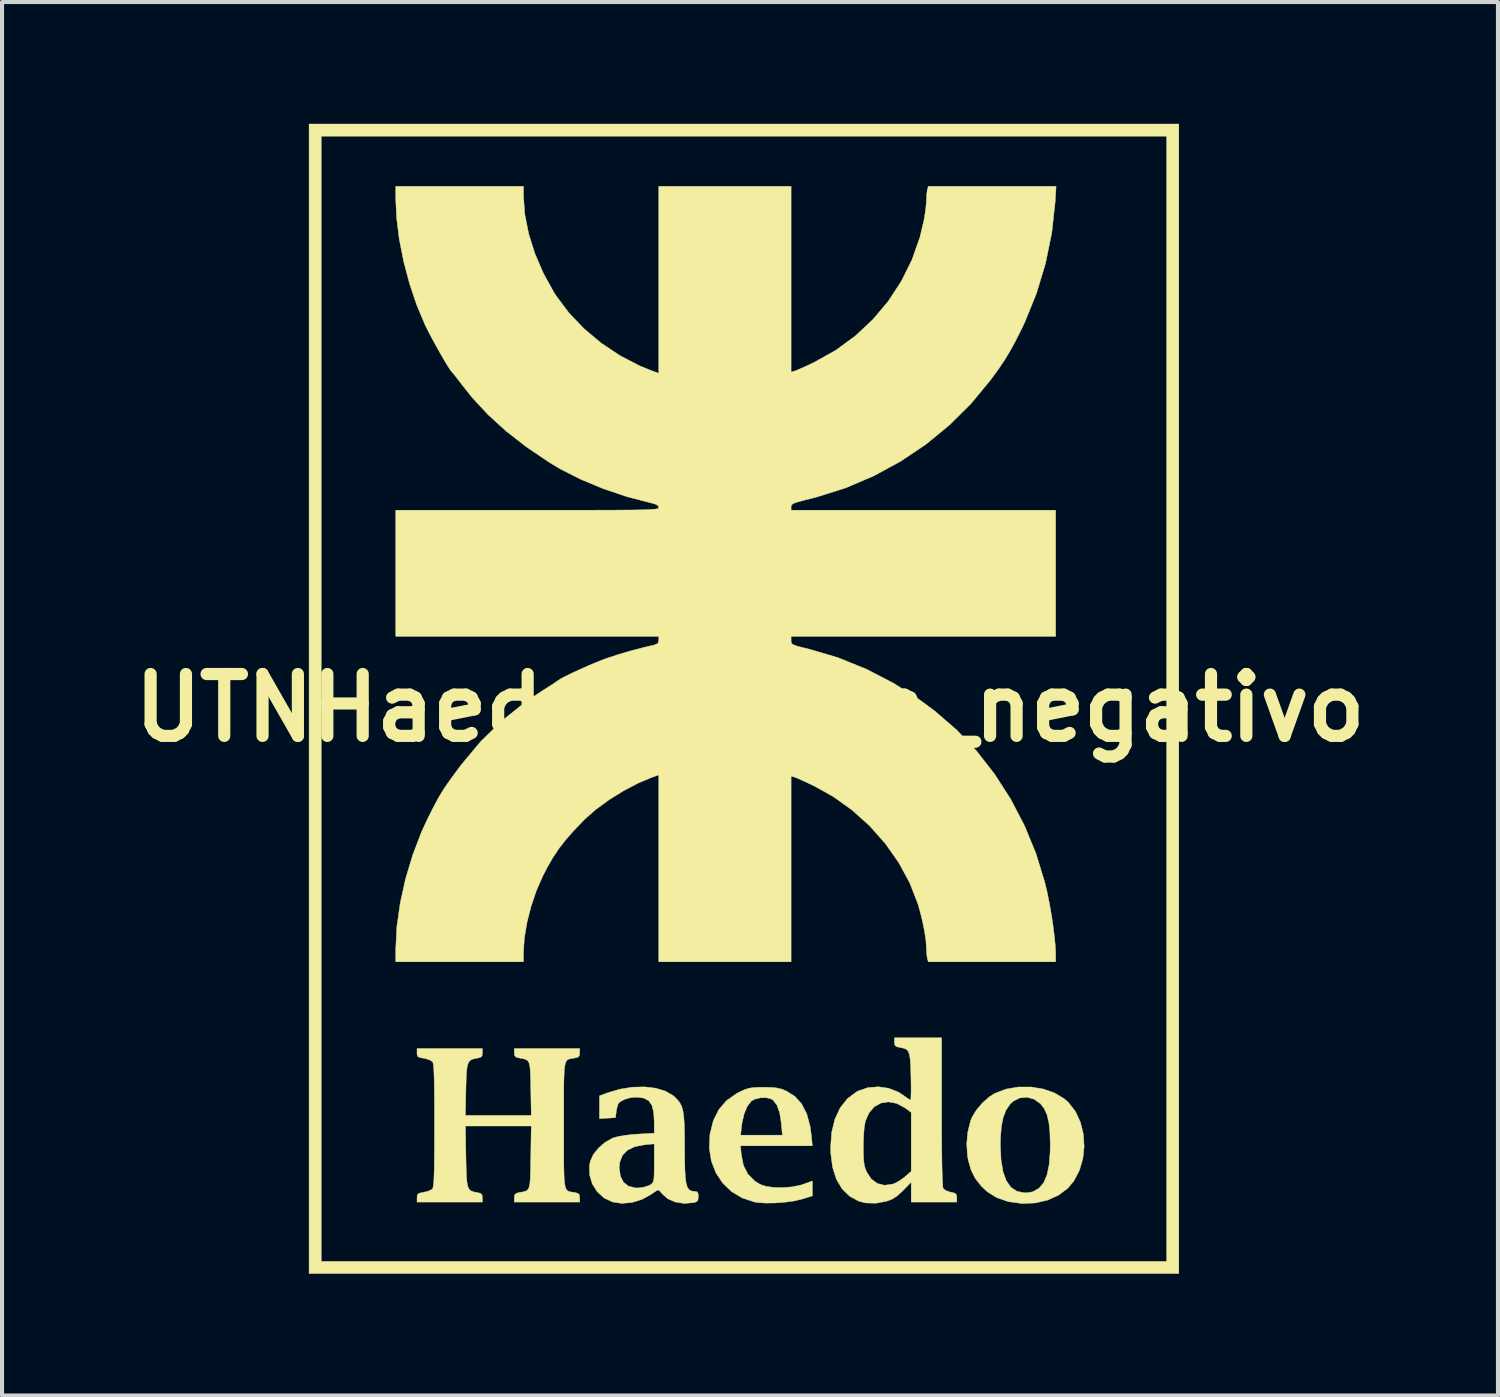
<source format=kicad_pcb>
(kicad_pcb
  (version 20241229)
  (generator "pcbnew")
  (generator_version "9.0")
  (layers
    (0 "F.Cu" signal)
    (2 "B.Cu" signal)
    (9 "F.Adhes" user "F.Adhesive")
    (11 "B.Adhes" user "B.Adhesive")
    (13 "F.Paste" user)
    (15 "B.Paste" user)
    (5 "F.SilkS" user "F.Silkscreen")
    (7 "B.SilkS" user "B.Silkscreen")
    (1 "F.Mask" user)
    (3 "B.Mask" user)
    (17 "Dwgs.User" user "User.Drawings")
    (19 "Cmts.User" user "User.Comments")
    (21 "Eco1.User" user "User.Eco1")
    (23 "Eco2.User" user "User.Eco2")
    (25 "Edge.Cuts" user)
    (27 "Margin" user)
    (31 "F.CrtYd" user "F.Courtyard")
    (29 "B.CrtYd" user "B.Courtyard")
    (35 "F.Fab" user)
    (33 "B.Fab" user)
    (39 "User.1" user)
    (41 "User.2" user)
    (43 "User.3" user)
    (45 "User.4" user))
  (footprint "UTNHaedo_30mm_negativo"
    (layer "F.Cu")
    (at 15.429 14.391)
    (property "Reference" "UTNHaedo_30mm_negativo" (at 0 0 0) (layer "F.SilkS") (effects (font (size 1.524 1.524) (thickness 0.3))))
    (attr through_hole)
    (fp_poly (pts (xy 10.565 13.936) (xy -10.864 13.936) (xy -10.864 -14.086) (xy -10.565 -14.086) (xy -10.565 13.637) (xy 10.265 13.637) (xy 10.265 -14.086) (xy -10.565 -14.086) (xy -10.864 -14.086) (xy -10.864 -14.386) (xy 10.565 -14.386) (xy 10.565 13.936)) (stroke (width 0.01) (type solid)) (fill yes) (layer "F.SilkS"))
    (fp_poly (pts (xy 0.524 9.351) (xy 0.662 9.364) (xy 0.776 9.391) (xy 0.89 9.436) (xy 0.891 9.437) (xy 1.104 9.57) (xy 1.272 9.757) (xy 1.397 10.002) (xy 1.48 10.305) (xy 1.514 10.555) (xy 1.535 10.789) (xy -0.235 10.789) (xy -0.215 11.008) (xy -0.162 11.272) (xy -0.053 11.487) (xy 0.115 11.656) (xy 0.244 11.738) (xy 0.392 11.788) (xy 0.59 11.816) (xy 0.813 11.819) (xy 1.04 11.8) (xy 1.248 11.758) (xy 1.321 11.734) (xy 1.536 11.655) (xy 1.536 12.023) (xy 1.283 12.102) (xy 1.093 12.147) (xy 0.861 12.179) (xy 0.613 12.198) (xy 0.375 12.2) (xy 0.174 12.185) (xy 0.114 12.175) (xy -0.191 12.075) (xy -0.455 11.917) (xy -0.673 11.708) (xy -0.84 11.456) (xy -0.952 11.168) (xy -1.003 10.852) (xy -0.989 10.527) (xy -0.232 10.527) (xy 0.797 10.527) (xy 0.771 10.237) (xy 0.731 9.977) (xy 0.663 9.786) (xy 0.568 9.664) (xy 0.524 9.636) (xy 0.402 9.604) (xy 0.254 9.607) (xy 0.114 9.641) (xy 0.031 9.689) (xy -0.067 9.816) (xy -0.145 10.001) (xy -0.197 10.225) (xy -0.206 10.293) (xy -0.232 10.527) (xy -0.989 10.527) (xy -0.988 10.516) (xy -0.985 10.493) (xy -0.905 10.171) (xy -0.771 9.901) (xy -0.582 9.679) (xy -0.336 9.504) (xy -0.271 9.47) (xy -0.145 9.411) (xy -0.041 9.375) (xy 0.066 9.356) (xy 0.203 9.348) (xy 0.336 9.347) (xy 0.524 9.351)) (stroke (width 0.01) (type solid)) (fill yes) (layer "F.SilkS"))
    (fp_poly (pts (xy 7.221 9.389) (xy 7.5 9.486) (xy 7.74 9.629) (xy 7.842 9.718) (xy 8.018 9.944) (xy 8.141 10.21) (xy 8.213 10.502) (xy 8.232 10.806) (xy 8.2 11.108) (xy 8.116 11.395) (xy 7.98 11.653) (xy 7.828 11.836) (xy 7.6 12.007) (xy 7.327 12.129) (xy 7.022 12.198) (xy 6.7 12.211) (xy 6.374 12.166) (xy 6.35 12.16) (xy 6.075 12.065) (xy 5.846 11.921) (xy 5.699 11.783) (xy 5.55 11.593) (xy 5.447 11.389) (xy 5.378 11.146) (xy 5.357 11.028) (xy 5.341 10.771) (xy 6.168 10.771) (xy 6.184 11.13) (xy 6.232 11.422) (xy 6.313 11.648) (xy 6.427 11.811) (xy 6.575 11.91) (xy 6.758 11.948) (xy 6.769 11.948) (xy 6.887 11.939) (xy 6.981 11.916) (xy 7.124 11.831) (xy 7.236 11.697) (xy 7.317 11.508) (xy 7.369 11.26) (xy 7.394 10.947) (xy 7.397 10.771) (xy 7.389 10.463) (xy 7.364 10.219) (xy 7.318 10.026) (xy 7.249 9.874) (xy 7.155 9.751) (xy 7.153 9.75) (xy 6.999 9.64) (xy 6.826 9.593) (xy 6.65 9.609) (xy 6.488 9.688) (xy 6.41 9.76) (xy 6.309 9.908) (xy 6.237 10.092) (xy 6.192 10.323) (xy 6.17 10.611) (xy 6.168 10.771) (xy 5.341 10.771) (xy 5.339 10.743) (xy 5.366 10.448) (xy 5.434 10.176) (xy 5.468 10.09) (xy 5.575 9.912) (xy 5.726 9.733) (xy 5.899 9.581) (xy 6.031 9.497) (xy 6.309 9.392) (xy 6.611 9.34) (xy 6.92 9.34) (xy 7.221 9.389)) (stroke (width 0.01) (type solid)) (fill yes) (layer "F.SilkS"))
    (fp_poly (pts (xy 4.72 9.949) (xy 4.721 10.384) (xy 4.723 10.77) (xy 4.727 11.104) (xy 4.732 11.38) (xy 4.738 11.595) (xy 4.746 11.745) (xy 4.754 11.826) (xy 4.757 11.837) (xy 4.821 11.892) (xy 4.931 11.929) (xy 4.945 11.932) (xy 5.041 11.954) (xy 5.084 11.99) (xy 5.095 12.057) (xy 5.095 12.066) (xy 5.095 12.176) (xy 3.971 12.176) (xy 3.971 11.685) (xy 3.772 11.889) (xy 3.633 12.018) (xy 3.507 12.101) (xy 3.371 12.153) (xy 3.104 12.204) (xy 2.85 12.197) (xy 2.686 12.156) (xy 2.456 12.033) (xy 2.269 11.851) (xy 2.128 11.613) (xy 2.035 11.322) (xy 1.99 10.98) (xy 1.986 10.827) (xy 1.987 10.808) (xy 2.792 10.808) (xy 2.794 11.013) (xy 2.802 11.162) (xy 2.818 11.273) (xy 2.845 11.365) (xy 2.874 11.435) (xy 2.988 11.608) (xy 3.137 11.718) (xy 3.315 11.761) (xy 3.51 11.735) (xy 3.572 11.712) (xy 3.678 11.654) (xy 3.795 11.571) (xy 3.833 11.539) (xy 3.971 11.418) (xy 3.971 9.966) (xy 3.817 9.854) (xy 3.614 9.745) (xy 3.414 9.707) (xy 3.227 9.735) (xy 3.062 9.827) (xy 2.93 9.98) (xy 2.844 10.177) (xy 2.817 10.316) (xy 2.8 10.513) (xy 2.792 10.751) (xy 2.792 10.808) (xy 1.987 10.808) (xy 2.012 10.456) (xy 2.092 10.131) (xy 2.221 9.854) (xy 2.4 9.628) (xy 2.626 9.459) (xy 2.667 9.437) (xy 2.904 9.356) (xy 3.162 9.335) (xy 3.42 9.373) (xy 3.658 9.467) (xy 3.768 9.539) (xy 3.863 9.608) (xy 3.933 9.654) (xy 3.956 9.665) (xy 3.963 9.63) (xy 3.967 9.533) (xy 3.969 9.386) (xy 3.967 9.203) (xy 3.965 9.09) (xy 3.958 8.848) (xy 3.948 8.67) (xy 3.929 8.545) (xy 3.899 8.463) (xy 3.853 8.413) (xy 3.788 8.385) (xy 3.704 8.368) (xy 3.609 8.346) (xy 3.568 8.31) (xy 3.559 8.239) (xy 3.559 8.237) (xy 3.559 8.129) (xy 4.72 8.129) (xy 4.72 9.949)) (stroke (width 0.01) (type solid)) (fill yes) (layer "F.SilkS"))
    (fp_poly (pts (xy -2.325 9.37) (xy -2.085 9.442) (xy -1.895 9.552) (xy -1.86 9.583) (xy -1.785 9.658) (xy -1.726 9.734) (xy -1.683 9.822) (xy -1.652 9.931) (xy -1.632 10.072) (xy -1.619 10.255) (xy -1.614 10.492) (xy -1.612 10.792) (xy -1.612 10.815) (xy -1.61 11.132) (xy -1.604 11.382) (xy -1.593 11.573) (xy -1.573 11.713) (xy -1.545 11.808) (xy -1.505 11.868) (xy -1.452 11.9) (xy -1.384 11.912) (xy -1.358 11.913) (xy -1.3 11.926) (xy -1.277 11.977) (xy -1.274 12.04) (xy -1.283 12.129) (xy -1.324 12.171) (xy -1.391 12.19) (xy -1.625 12.209) (xy -1.844 12.174) (xy -2.031 12.091) (xy -2.162 11.974) (xy -2.221 11.907) (xy -2.261 11.876) (xy -2.263 11.876) (xy -2.304 11.896) (xy -2.384 11.948) (xy -2.442 11.989) (xy -2.663 12.111) (xy -2.91 12.186) (xy -3.16 12.208) (xy -3.385 12.174) (xy -3.596 12.075) (xy -3.765 11.921) (xy -3.886 11.728) (xy -3.952 11.507) (xy -3.955 11.325) (xy -3.222 11.325) (xy -3.195 11.532) (xy -3.118 11.687) (xy -2.991 11.786) (xy -2.819 11.827) (xy -2.728 11.826) (xy -2.598 11.804) (xy -2.485 11.765) (xy -2.456 11.75) (xy -2.416 11.721) (xy -2.39 11.687) (xy -2.373 11.635) (xy -2.364 11.55) (xy -2.361 11.418) (xy -2.36 11.226) (xy -2.36 10.742) (xy -2.58 10.761) (xy -2.83 10.807) (xy -3.018 10.895) (xy -3.144 11.024) (xy -3.21 11.197) (xy -3.222 11.325) (xy -3.955 11.325) (xy -3.955 11.272) (xy -3.934 11.164) (xy -3.859 11.001) (xy -3.73 10.841) (xy -3.566 10.701) (xy -3.386 10.6) (xy -3.349 10.587) (xy -3.23 10.557) (xy -3.062 10.53) (xy -2.871 10.508) (xy -2.763 10.501) (xy -2.36 10.478) (xy -2.36 10.202) (xy -2.373 9.968) (xy -2.415 9.797) (xy -2.493 9.682) (xy -2.61 9.616) (xy -2.774 9.591) (xy -2.813 9.591) (xy -2.956 9.606) (xy -3.094 9.647) (xy -3.202 9.704) (xy -3.244 9.746) (xy -3.269 9.814) (xy -3.292 9.92) (xy -3.295 9.946) (xy -3.315 10.096) (xy -3.512 10.108) (xy -3.709 10.119) (xy -3.709 9.558) (xy -3.51 9.484) (xy -3.206 9.394) (xy -2.898 9.345) (xy -2.6 9.337) (xy -2.325 9.37)) (stroke (width 0.01) (type solid)) (fill yes) (layer "F.SilkS"))
    (fp_poly (pts (xy -6.594 8.501) (xy -6.602 8.573) (xy -6.641 8.611) (xy -6.733 8.633) (xy -6.741 8.635) (xy -6.825 8.652) (xy -6.887 8.679) (xy -6.931 8.725) (xy -6.961 8.801) (xy -6.98 8.917) (xy -6.991 9.084) (xy -6.998 9.312) (xy -7 9.409) (xy -7.013 10.04) (xy -5.39 10.04) (xy -5.402 9.383) (xy -5.406 9.136) (xy -5.413 8.954) (xy -5.425 8.826) (xy -5.446 8.741) (xy -5.481 8.689) (xy -5.531 8.659) (xy -5.602 8.641) (xy -5.666 8.63) (xy -5.759 8.608) (xy -5.799 8.569) (xy -5.807 8.499) (xy -5.807 8.392) (xy -4.196 8.392) (xy -4.196 8.499) (xy -4.205 8.572) (xy -4.247 8.609) (xy -4.336 8.63) (xy -4.398 8.639) (xy -4.448 8.649) (xy -4.489 8.665) (xy -4.521 8.694) (xy -4.545 8.744) (xy -4.563 8.821) (xy -4.576 8.931) (xy -4.583 9.082) (xy -4.588 9.28) (xy -4.589 9.532) (xy -4.589 9.844) (xy -4.589 10.223) (xy -4.589 10.284) (xy -4.589 10.673) (xy -4.589 10.995) (xy -4.588 11.255) (xy -4.584 11.46) (xy -4.577 11.617) (xy -4.565 11.733) (xy -4.548 11.814) (xy -4.525 11.867) (xy -4.494 11.899) (xy -4.454 11.917) (xy -4.405 11.927) (xy -4.346 11.935) (xy -4.336 11.937) (xy -4.244 11.959) (xy -4.204 11.998) (xy -4.196 12.068) (xy -4.196 12.176) (xy -5.807 12.176) (xy -5.807 12.068) (xy -5.798 11.995) (xy -5.756 11.958) (xy -5.666 11.937) (xy -5.584 11.923) (xy -5.522 11.905) (xy -5.477 11.874) (xy -5.446 11.82) (xy -5.426 11.734) (xy -5.414 11.605) (xy -5.408 11.425) (xy -5.404 11.183) (xy -5.402 11.072) (xy -5.39 10.302) (xy -7.012 10.302) (xy -7 11.046) (xy -6.994 11.32) (xy -6.987 11.528) (xy -6.974 11.681) (xy -6.954 11.787) (xy -6.924 11.856) (xy -6.88 11.898) (xy -6.82 11.921) (xy -6.742 11.937) (xy -6.738 11.937) (xy -6.644 11.959) (xy -6.603 11.995) (xy -6.594 12.066) (xy -6.594 12.068) (xy -6.594 12.176) (xy -8.204 12.176) (xy -8.204 12.067) (xy -8.197 11.999) (xy -8.163 11.962) (xy -8.08 11.941) (xy -8.039 11.934) (xy -7.926 11.906) (xy -7.841 11.865) (xy -7.823 11.849) (xy -7.811 11.82) (xy -7.8 11.761) (xy -7.791 11.666) (xy -7.785 11.53) (xy -7.78 11.347) (xy -7.777 11.109) (xy -7.775 10.811) (xy -7.774 10.446) (xy -7.774 10.284) (xy -7.774 9.892) (xy -7.776 9.568) (xy -7.778 9.308) (xy -7.783 9.103) (xy -7.789 8.949) (xy -7.796 8.839) (xy -7.806 8.767) (xy -7.818 8.726) (xy -7.823 8.718) (xy -7.89 8.675) (xy -7.997 8.641) (xy -8.039 8.633) (xy -8.142 8.613) (xy -8.19 8.583) (xy -8.204 8.527) (xy -8.204 8.5) (xy -8.204 8.392) (xy -6.594 8.392) (xy -6.594 8.501)) (stroke (width 0.01) (type solid)) (fill yes) (layer "F.SilkS"))
    (fp_poly (pts (xy -5.582 -12.616) (xy -5.549 -12.16) (xy -5.454 -11.682) (xy -5.301 -11.195) (xy -5.094 -10.713) (xy -4.837 -10.247) (xy -4.777 -10.153) (xy -4.463 -9.733) (xy -4.088 -9.341) (xy -3.664 -8.986) (xy -3.203 -8.679) (xy -2.717 -8.427) (xy -2.482 -8.331) (xy -2.248 -8.243) (xy -2.248 -12.85) (xy 1.012 -12.85) (xy 1.012 -8.274) (xy 1.096 -8.298) (xy 1.162 -8.323) (xy 1.278 -8.374) (xy 1.429 -8.443) (xy 1.592 -8.52) (xy 2.116 -8.814) (xy 2.595 -9.165) (xy 3.026 -9.568) (xy 3.405 -10.018) (xy 3.727 -10.51) (xy 3.989 -11.038) (xy 4.186 -11.597) (xy 4.287 -12.023) (xy 4.315 -12.194) (xy 4.336 -12.361) (xy 4.346 -12.491) (xy 4.346 -12.507) (xy 4.351 -12.633) (xy 4.364 -12.739) (xy 4.369 -12.766) (xy 4.392 -12.85) (xy 7.541 -12.85) (xy 7.518 -12.466) (xy 7.435 -11.707) (xy 7.281 -10.952) (xy 7.058 -10.214) (xy 6.771 -9.505) (xy 6.687 -9.328) (xy 6.541 -9.039) (xy 6.409 -8.797) (xy 6.276 -8.577) (xy 6.129 -8.357) (xy 5.952 -8.114) (xy 5.922 -8.073) (xy 5.444 -7.496) (xy 4.912 -6.968) (xy 4.332 -6.492) (xy 3.709 -6.074) (xy 3.048 -5.715) (xy 2.356 -5.42) (xy 1.637 -5.193) (xy 1.509 -5.16) (xy 1.309 -5.11) (xy 1.171 -5.072) (xy 1.084 -5.042) (xy 1.036 -5.014) (xy 1.016 -4.983) (xy 1.012 -4.954) (xy 1.012 -4.87) (xy 7.53 -4.87) (xy 7.53 -1.761) (xy 1.012 -1.761) (xy 1.012 -1.658) (xy 1.015 -1.614) (xy 1.031 -1.581) (xy 1.074 -1.553) (xy 1.156 -1.524) (xy 1.287 -1.489) (xy 1.452 -1.449) (xy 2.165 -1.239) (xy 2.864 -0.956) (xy 3.544 -0.604) (xy 4.202 -0.182) (xy 4.552 0.077) (xy 5.089 0.541) (xy 5.582 1.063) (xy 6.029 1.636) (xy 6.425 2.253) (xy 6.765 2.907) (xy 7.046 3.591) (xy 7.263 4.299) (xy 7.319 4.533) (xy 7.373 4.8) (xy 7.424 5.087) (xy 7.467 5.375) (xy 7.501 5.647) (xy 7.523 5.882) (xy 7.53 6.052) (xy 7.53 6.256) (xy 4.392 6.256) (xy 4.369 6.172) (xy 4.355 6.083) (xy 4.347 5.959) (xy 4.346 5.914) (xy 4.334 5.738) (xy 4.301 5.513) (xy 4.251 5.264) (xy 4.189 5.011) (xy 4.138 4.833) (xy 3.935 4.312) (xy 3.665 3.813) (xy 3.334 3.343) (xy 2.95 2.909) (xy 2.518 2.52) (xy 2.046 2.183) (xy 1.594 1.931) (xy 1.426 1.85) (xy 1.276 1.781) (xy 1.161 1.73) (xy 1.096 1.705) (xy 1.012 1.681) (xy 1.012 6.256) (xy -2.248 6.256) (xy -2.248 1.652) (xy -2.405 1.707) (xy -2.753 1.852) (xy -3.116 2.042) (xy -3.472 2.264) (xy -3.8 2.504) (xy -4.078 2.749) (xy -4.108 2.78) (xy -4.352 3.035) (xy -4.551 3.262) (xy -4.717 3.478) (xy -4.864 3.7) (xy -5.005 3.947) (xy -5.105 4.142) (xy -5.262 4.499) (xy -5.394 4.889) (xy -5.495 5.288) (xy -5.56 5.673) (xy -5.582 6.018) (xy -5.582 6.256) (xy -8.729 6.256) (xy -8.729 5.94) (xy -8.701 5.388) (xy -8.618 4.806) (xy -8.487 4.211) (xy -8.31 3.622) (xy -8.093 3.055) (xy -7.931 2.706) (xy -7.817 2.481) (xy -7.721 2.297) (xy -7.632 2.14) (xy -7.54 1.992) (xy -7.434 1.837) (xy -7.305 1.658) (xy -7.142 1.439) (xy -7.11 1.397) (xy -6.638 0.831) (xy -6.111 0.316) (xy -5.534 -0.144) (xy -5.114 -0.425) (xy -4.969 -0.516) (xy -4.845 -0.595) (xy -4.759 -0.654) (xy -4.728 -0.676) (xy -4.66 -0.72) (xy -4.537 -0.785) (xy -4.373 -0.864) (xy -4.184 -0.951) (xy -3.984 -1.04) (xy -3.787 -1.123) (xy -3.608 -1.193) (xy -3.549 -1.215) (xy -3.265 -1.31) (xy -2.934 -1.407) (xy -2.587 -1.497) (xy -2.351 -1.552) (xy -2.272 -1.587) (xy -2.248 -1.658) (xy -2.248 -1.668) (xy -2.248 -1.761) (xy -8.729 -1.761) (xy -8.729 -4.87) (xy -5.488 -4.87) (xy -4.921 -4.87) (xy -4.424 -4.87) (xy -3.993 -4.871) (xy -3.623 -4.872) (xy -3.309 -4.873) (xy -3.046 -4.875) (xy -2.831 -4.877) (xy -2.659 -4.881) (xy -2.524 -4.885) (xy -2.422 -4.89) (xy -2.349 -4.896) (xy -2.299 -4.903) (xy -2.269 -4.912) (xy -2.254 -4.922) (xy -2.248 -4.933) (xy -2.248 -4.939) (xy -2.265 -4.984) (xy -2.328 -5.019) (xy -2.45 -5.053) (xy -2.463 -5.056) (xy -3.043 -5.207) (xy -3.616 -5.401) (xy -4.164 -5.628) (xy -4.668 -5.883) (xy -4.945 -6.049) (xy -5.512 -6.432) (xy -6.011 -6.821) (xy -6.452 -7.222) (xy -6.842 -7.642) (xy -7.081 -7.942) (xy -7.182 -8.075) (xy -7.267 -8.184) (xy -7.326 -8.257) (xy -7.347 -8.279) (xy -7.384 -8.325) (xy -7.448 -8.424) (xy -7.532 -8.564) (xy -7.629 -8.731) (xy -7.731 -8.913) (xy -7.831 -9.096) (xy -7.922 -9.268) (xy -7.996 -9.416) (xy -8.008 -9.441) (xy -8.212 -9.926) (xy -8.388 -10.451) (xy -8.533 -10.996) (xy -8.641 -11.543) (xy -8.707 -12.071) (xy -8.729 -12.533) (xy -8.729 -12.85) (xy -5.582 -12.85) (xy -5.582 -12.616)) (stroke (width 0.01) (type solid)) (fill yes) (layer "F.SilkS")))
  (gr_rect
    (start -3 -3)
    (end 33.857 31.332)
    (stroke (width 0.1) (type default))
    (fill no)
    (layer "Edge.Cuts")))
</source>
